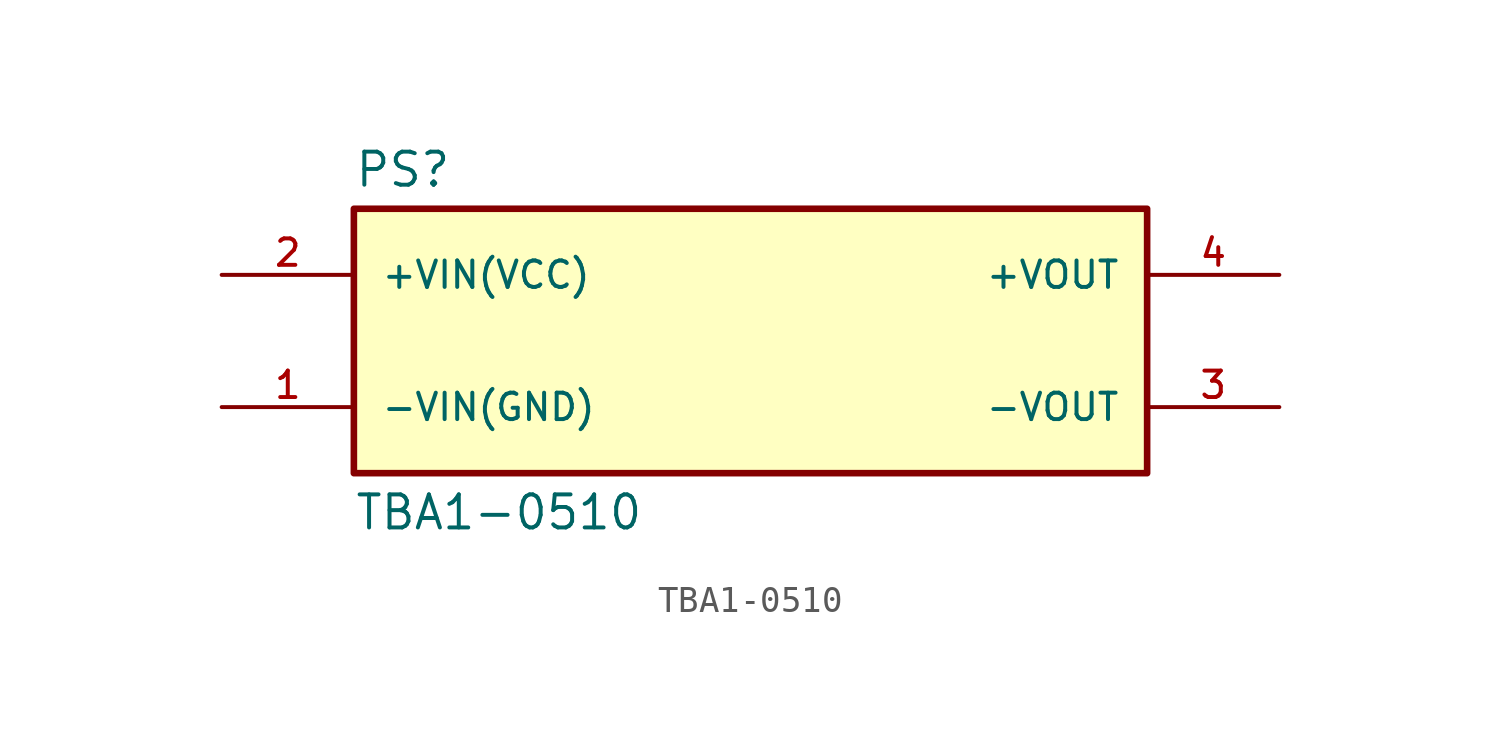
<source format=kicad_sym>
(kicad_symbol_lib
  (version 20211014)
  (generator kicad_symbol_editor)
  (symbol "TBA1-0510"
    (pin_names
      (offset 1.016))
    (property "Reference" "PS"
      (at -15.24 5.842 0)
      (effects (font (size 1.27 1.27)) (justify bottom left)))
    (property "Value" "TBA1-0510"
      (at -15.24 -5.842 0)
      (effects (font (size 1.27 1.27)) (justify top left)))
    (symbol "TBA1-0510_0_0"
      (rectangle (start -15.24 -5.08) (end 15.24 5.08) (stroke (width 0.254)) (fill (type background)))
      (pin input line (at -20.32 2.54 0) (length 5.08) (name "+VIN(VCC)" (effects (font (size 1.016 1.016)))) (number "2" (effects (font (size 1.016 1.016)))))
      (pin input line (at -20.32 -2.54 0) (length 5.08) (name "-VIN(GND)" (effects (font (size 1.016 1.016)))) (number "1" (effects (font (size 1.016 1.016)))))
      (pin output line (at 20.32 2.54 180.0) (length 5.08) (name "+VOUT" (effects (font (size 1.016 1.016)))) (number "4" (effects (font (size 1.016 1.016)))))
      (pin output line (at 20.32 -2.54 180.0) (length 5.08) (name "-VOUT" (effects (font (size 1.016 1.016)))) (number "3" (effects (font (size 1.016 1.016))))))))
</source>
